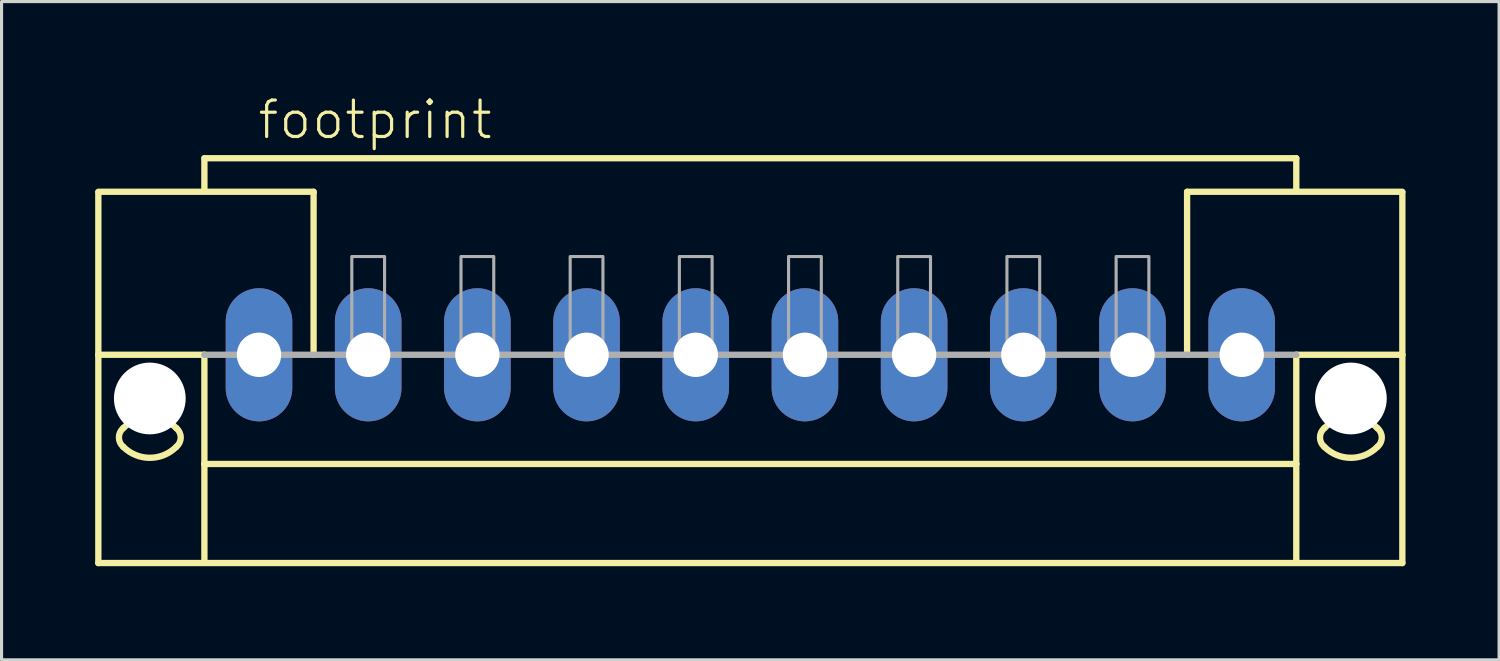
<source format=kicad_pcb>
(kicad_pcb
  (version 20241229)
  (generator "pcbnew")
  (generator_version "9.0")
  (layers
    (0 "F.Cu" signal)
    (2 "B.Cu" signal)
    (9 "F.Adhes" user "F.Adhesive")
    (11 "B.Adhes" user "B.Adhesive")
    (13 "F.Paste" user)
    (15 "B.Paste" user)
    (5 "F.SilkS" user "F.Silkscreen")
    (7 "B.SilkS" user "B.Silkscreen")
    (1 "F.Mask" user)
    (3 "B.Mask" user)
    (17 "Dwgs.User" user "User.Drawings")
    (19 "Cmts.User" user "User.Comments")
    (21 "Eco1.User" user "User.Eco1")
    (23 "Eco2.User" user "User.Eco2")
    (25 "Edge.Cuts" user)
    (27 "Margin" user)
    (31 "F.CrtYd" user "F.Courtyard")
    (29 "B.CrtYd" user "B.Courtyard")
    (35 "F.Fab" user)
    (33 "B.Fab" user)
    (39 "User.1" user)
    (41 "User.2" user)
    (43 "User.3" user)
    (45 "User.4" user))
  (footprint "footprint"
    (layer "F.Cu")
    (at 21.002 8.323)
    (property "Reference" "footprint" (at -15.85 -6.85 0) (layer "F.SilkS") (effects (font (size 1.168 1.168) (thickness 0.102)) (justify left bottom)))
    (fp_line (start -20.9 -5.225) (end -14 -5.225) (stroke (width 0.203) (type solid)) (layer "F.SilkS"))
    (fp_line (start -20.9 -5.2) (end -20.9 0) (stroke (width 0.203) (type solid)) (layer "F.SilkS"))
    (fp_line (start -20.9 0) (end -20.9 6.675) (stroke (width 0.203) (type solid)) (layer "F.SilkS"))
    (fp_line (start -20.9 0) (end -17.5 0) (stroke (width 0.203) (type solid)) (layer "F.SilkS"))
    (fp_line (start -20.9 6.675) (end 20.9 6.675) (stroke (width 0.203) (type solid)) (layer "F.SilkS"))
    (fp_line (start -17.5 -6.3) (end 17.5 -6.3) (stroke (width 0.203) (type solid)) (layer "F.SilkS"))
    (fp_line (start -17.5 -5.3) (end -17.5 -6.3) (stroke (width 0.203) (type solid)) (layer "F.SilkS"))
    (fp_line (start -17.5 0) (end -17.5 3.5) (stroke (width 0.203) (type solid)) (layer "F.SilkS"))
    (fp_line (start -17.5 3.5) (end 17.5 3.5) (stroke (width 0.203) (type solid)) (layer "F.SilkS"))
    (fp_line (start -17.5 6.65) (end -17.5 3.5) (stroke (width 0.203) (type solid)) (layer "F.SilkS"))
    (fp_line (start -14 -5.225) (end -14 -5.2) (stroke (width 0.203) (type solid)) (layer "F.SilkS"))
    (fp_line (start -14 -5.175) (end -14 0) (stroke (width 0.203) (type solid)) (layer "F.SilkS"))
    (fp_line (start 14 -5.225) (end 20.9 -5.225) (stroke (width 0.203) (type solid)) (layer "F.SilkS"))
    (fp_line (start 14 -5.2) (end 14 -5.225) (stroke (width 0.203) (type solid)) (layer "F.SilkS"))
    (fp_line (start 14 0) (end 14 -5.175) (stroke (width 0.203) (type solid)) (layer "F.SilkS"))
    (fp_line (start 17.5 -6.3) (end 17.5 -5.3) (stroke (width 0.203) (type solid)) (layer "F.SilkS"))
    (fp_line (start 17.5 3.5) (end 17.5 0) (stroke (width 0.203) (type solid)) (layer "F.SilkS"))
    (fp_line (start 17.5 6.65) (end 17.5 3.5) (stroke (width 0.203) (type solid)) (layer "F.SilkS"))
    (fp_line (start 20.9 0) (end 17.5 0) (stroke (width 0.203) (type solid)) (layer "F.SilkS"))
    (fp_line (start 20.9 0) (end 20.9 -5.2) (stroke (width 0.203) (type solid)) (layer "F.SilkS"))
    (fp_line (start 20.9 6.675) (end 20.9 0) (stroke (width 0.203) (type solid)) (layer "F.SilkS"))
    (fp_arc (start -20.1 2.35) (mid -19.25 1.997918) (end -18.4 2.35) (stroke (width 0.2032) (type solid)) (layer "F.SilkS"))
    (fp_arc (start -20.1 2.95) (mid -20.240512 2.65) (end -20.1 2.35) (stroke (width 0.2032) (type solid)) (layer "F.SilkS"))
    (fp_arc (start -18.4 2.95) (mid -19.25 3.302082) (end -20.1 2.95) (stroke (width 0.2032) (type solid)) (layer "F.SilkS"))
    (fp_arc (start -18.399999 2.350001) (mid -18.259487 2.650001) (end -18.4 2.95) (stroke (width 0.2032) (type solid)) (layer "F.SilkS"))
    (fp_arc (start 18.399999 2.949999) (mid 18.259487 2.649999) (end 18.4 2.35) (stroke (width 0.2032) (type solid)) (layer "F.SilkS"))
    (fp_arc (start 18.4 2.35) (mid 19.25 1.997918) (end 20.1 2.35) (stroke (width 0.2032) (type solid)) (layer "F.SilkS"))
    (fp_arc (start 20.1 2.35) (mid 20.240512 2.65) (end 20.1 2.95) (stroke (width 0.2032) (type solid)) (layer "F.SilkS"))
    (fp_arc (start 20.1 2.95) (mid 19.25 3.302082) (end 18.4 2.95) (stroke (width 0.2032) (type solid)) (layer "F.SilkS"))
    (fp_line (start 17.5 0) (end -17.5 0) (stroke (width 0.203) (type solid)) (layer "F.Fab"))
    (fp_poly (pts (xy -12.775 0) (xy -11.725 0) (xy -11.725 -3.15) (xy -12.775 -3.15)) (stroke (width 0.1) (type solid)) (fill no) (layer "F.Fab"))
    (fp_poly (pts (xy -9.275 0) (xy -8.225 0) (xy -8.225 -3.15) (xy -9.275 -3.15)) (stroke (width 0.1) (type solid)) (fill no) (layer "F.Fab"))
    (fp_poly (pts (xy -5.775 0) (xy -4.725 0) (xy -4.725 -3.15) (xy -5.775 -3.15)) (stroke (width 0.1) (type solid)) (fill no) (layer "F.Fab"))
    (fp_poly (pts (xy -2.275 0) (xy -1.225 0) (xy -1.225 -3.15) (xy -2.275 -3.15)) (stroke (width 0.1) (type solid)) (fill no) (layer "F.Fab"))
    (fp_poly (pts (xy 1.225 0) (xy 2.275 0) (xy 2.275 -3.15) (xy 1.225 -3.15)) (stroke (width 0.1) (type solid)) (fill no) (layer "F.Fab"))
    (fp_poly (pts (xy 4.725 0) (xy 5.775 0) (xy 5.775 -3.15) (xy 4.725 -3.15)) (stroke (width 0.1) (type solid)) (fill no) (layer "F.Fab"))
    (fp_poly (pts (xy 8.225 0) (xy 9.275 0) (xy 9.275 -3.15) (xy 8.225 -3.15)) (stroke (width 0.1) (type solid)) (fill no) (layer "F.Fab"))
    (fp_poly (pts (xy 11.725 0) (xy 12.775 0) (xy 12.775 -3.15) (xy 11.725 -3.15)) (stroke (width 0.1) (type solid)) (fill no) (layer "F.Fab"))
    (pad "" np_thru_hole circle (at -19.25 1.4) (size 2.3 2.3) (drill 2.3) (layers "*.Cu" "*.Mask"))
    (pad "" np_thru_hole circle (at 19.25 1.4) (size 2.3 2.3) (drill 2.3) (layers "*.Cu" "*.Mask"))
    (pad "1" thru_hole oval (at -15.75 0 90) (size 4.267 2.134) (drill 1.422) (layers "*.Cu" "*.Mask"))
    (pad "2" thru_hole oval (at -12.25 0 90) (size 4.267 2.134) (drill 1.422) (layers "*.Cu" "*.Mask"))
    (pad "3" thru_hole oval (at -8.75 0 90) (size 4.267 2.134) (drill 1.422) (layers "*.Cu" "*.Mask"))
    (pad "4" thru_hole oval (at -5.25 0 90) (size 4.267 2.134) (drill 1.422) (layers "*.Cu" "*.Mask"))
    (pad "5" thru_hole oval (at -1.75 0 90) (size 4.267 2.134) (drill 1.422) (layers "*.Cu" "*.Mask"))
    (pad "6" thru_hole oval (at 1.75 0 90) (size 4.267 2.134) (drill 1.422) (layers "*.Cu" "*.Mask"))
    (pad "7" thru_hole oval (at 5.25 0 90) (size 4.267 2.134) (drill 1.422) (layers "*.Cu" "*.Mask"))
    (pad "8" thru_hole oval (at 8.75 0 90) (size 4.267 2.134) (drill 1.422) (layers "*.Cu" "*.Mask"))
    (pad "9" thru_hole oval (at 12.25 0 90) (size 4.267 2.134) (drill 1.422) (layers "*.Cu" "*.Mask"))
    (pad "10" thru_hole oval (at 15.75 0 90) (size 4.267 2.134) (drill 1.422) (layers "*.Cu" "*.Mask")))
  (gr_rect
    (start -3 -3)
    (end 45.003 18.1)
    (stroke (width 0.1) (type default))
    (fill no)
    (layer "Edge.Cuts")))
</source>
